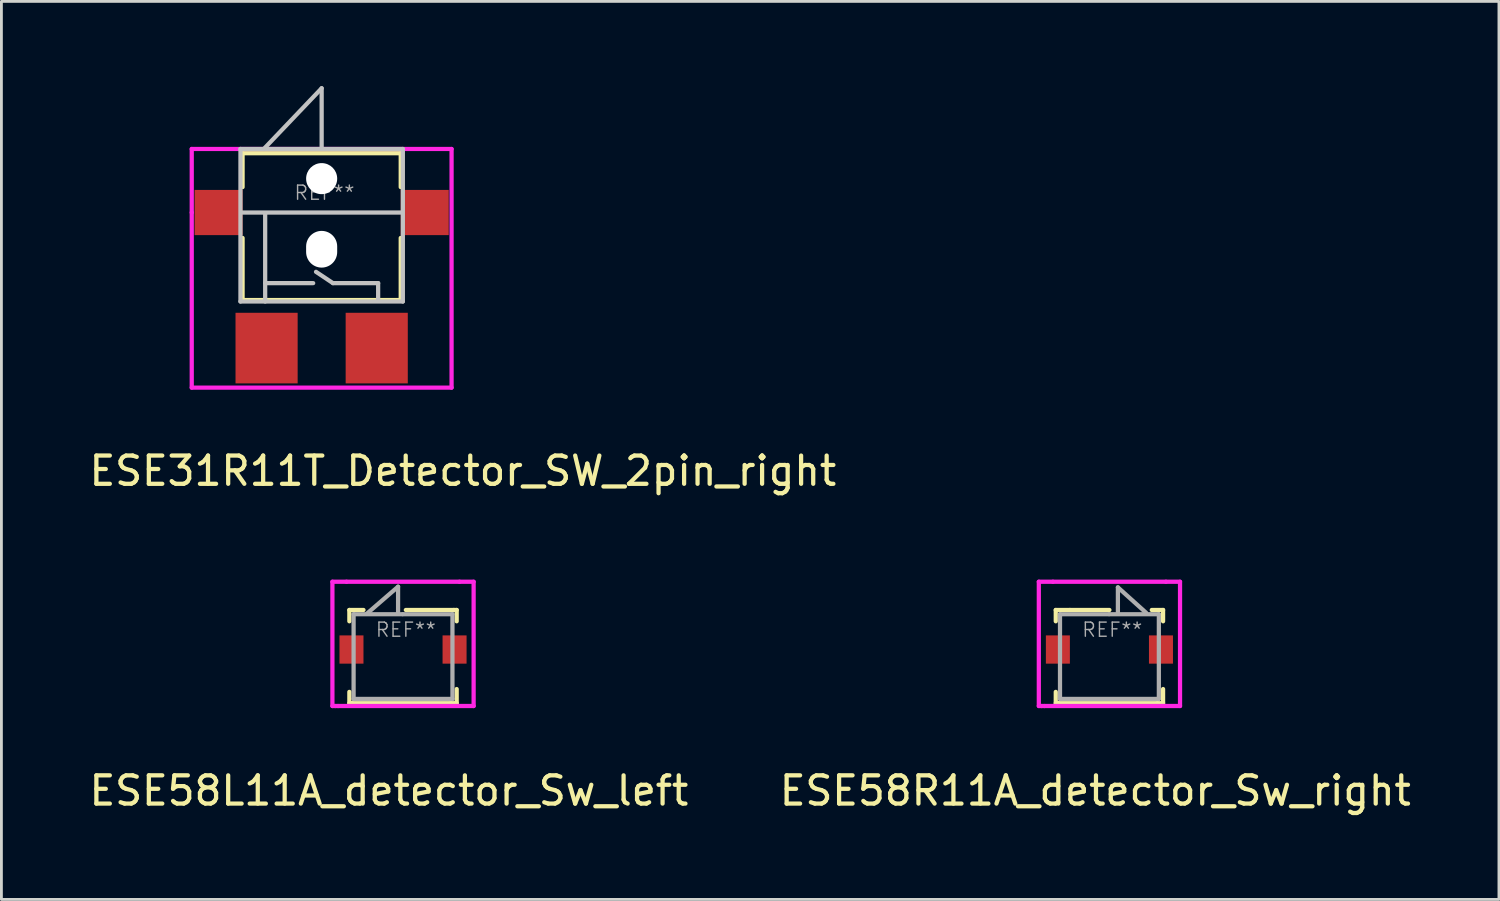
<source format=kicad_pcb>
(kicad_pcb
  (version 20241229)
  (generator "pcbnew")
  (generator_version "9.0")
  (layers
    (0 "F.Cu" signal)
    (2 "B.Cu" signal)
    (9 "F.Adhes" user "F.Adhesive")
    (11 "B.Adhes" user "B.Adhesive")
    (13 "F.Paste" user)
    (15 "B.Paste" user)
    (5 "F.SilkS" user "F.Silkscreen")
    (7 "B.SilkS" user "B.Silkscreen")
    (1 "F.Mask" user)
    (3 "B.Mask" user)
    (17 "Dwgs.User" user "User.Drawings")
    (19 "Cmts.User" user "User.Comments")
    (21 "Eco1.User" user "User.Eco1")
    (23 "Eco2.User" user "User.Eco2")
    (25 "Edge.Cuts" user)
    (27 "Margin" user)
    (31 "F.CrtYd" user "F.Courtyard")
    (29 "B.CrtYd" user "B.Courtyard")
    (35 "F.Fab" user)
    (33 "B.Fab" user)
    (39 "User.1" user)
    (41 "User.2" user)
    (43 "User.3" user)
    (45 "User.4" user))
  (footprint "ESE58L11A_detector_Sw_left"
    (layer "F.Cu")
    (at 11.22 19.948)
    (property "Reference" "ESE58L11A_detector_Sw_left" (at -0.5 5 0) (layer "F.SilkS") (effects (font (size 1 1) (thickness 0.15))))
    (attr smd)
    (fp_line (start -1.9 -1.4) (end -1.9 -1) (stroke (width 0.15) (type solid)) (layer "F.SilkS"))
    (fp_line (start -1.9 1.5) (end -1.9 1.9) (stroke (width 0.15) (type solid)) (layer "F.SilkS"))
    (fp_line (start -1.9 1.9) (end -1.8 1.9) (stroke (width 0.15) (type solid)) (layer "F.SilkS"))
    (fp_line (start -1.8 1.9) (end 1.7 1.9) (stroke (width 0.15) (type solid)) (layer "F.SilkS"))
    (fp_line (start -1.4 -1.4) (end -1.9 -1.4) (stroke (width 0.15) (type solid)) (layer "F.SilkS"))
    (fp_line (start 0.1 -1.4) (end 1.8 -1.4) (stroke (width 0.15) (type solid)) (layer "F.SilkS"))
    (fp_line (start 1.8 -1.4) (end 1.9 -1.4) (stroke (width 0.15) (type solid)) (layer "F.SilkS"))
    (fp_line (start 1.9 -1.4) (end 1.9 -1) (stroke (width 0.15) (type solid)) (layer "F.SilkS"))
    (fp_line (start 1.9 1.4) (end 1.9 1.9) (stroke (width 0.15) (type solid)) (layer "F.SilkS"))
    (fp_line (start 1.9 1.9) (end 1.7 1.9) (stroke (width 0.15) (type solid)) (layer "F.SilkS"))
    (fp_line (start -2.5 -2.4) (end -2 -2.4) (stroke (width 0.15) (type solid)) (layer "F.CrtYd"))
    (fp_line (start -2.5 2) (end -2.5 -2.4) (stroke (width 0.15) (type solid)) (layer "F.CrtYd"))
    (fp_line (start -2.4 2) (end -2.5 2) (stroke (width 0.15) (type solid)) (layer "F.CrtYd"))
    (fp_line (start -2.3 2) (end -2.4 2) (stroke (width 0.15) (type solid)) (layer "F.CrtYd"))
    (fp_line (start -2 -2.4) (end 2 -2.4) (stroke (width 0.15) (type solid)) (layer "F.CrtYd"))
    (fp_line (start 2 -2.4) (end 2.5 -2.4) (stroke (width 0.15) (type solid)) (layer "F.CrtYd"))
    (fp_line (start 2.5 -2.4) (end 2.5 2) (stroke (width 0.15) (type solid)) (layer "F.CrtYd"))
    (fp_line (start 2.5 2) (end -2.3 2) (stroke (width 0.15) (type solid)) (layer "F.CrtYd"))
    (fp_line (start -1.75 -1.25) (end -0.025 -1.25) (stroke (width 0.15) (type solid)) (layer "F.Fab"))
    (fp_line (start -1.75 1.75) (end -1.75 -1.25) (stroke (width 0.15) (type solid)) (layer "F.Fab"))
    (fp_line (start -1.275 -1.275) (end -0.175 -2.225) (stroke (width 0.15) (type solid)) (layer "F.Fab"))
    (fp_line (start -0.175 -2.225) (end -0.175 -1.3) (stroke (width 0.15) (type solid)) (layer "F.Fab"))
    (fp_line (start 0 -1.25) (end 1.75 -1.25) (stroke (width 0.15) (type solid)) (layer "F.Fab"))
    (fp_line (start 1.75 -1.25) (end 1.75 1.75) (stroke (width 0.15) (type solid)) (layer "F.Fab"))
    (fp_line (start 1.75 1.75) (end -1.75 1.75) (stroke (width 0.15) (type solid)) (layer "F.Fab"))
    (fp_text user "REF**" (at 0.1 -0.7 0) (layer "F.Fab") (effects (font (size 0.5 0.5) (thickness 0.05))))
    (pad "1" smd rect (at -1.825 0) (size 0.85 1) (layers "F.Cu" "F.Mask" "F.Paste"))
    (pad "2" smd rect (at 1.825 0) (size 0.85 1) (layers "F.Cu" "F.Mask" "F.Paste")))
  (footprint "ESE58R11A_detector_Sw_right"
    (layer "F.Cu")
    (at 36.232 19.948)
    (property "Reference" "ESE58R11A_detector_Sw_right" (at -0.5 5 0) (layer "F.SilkS") (effects (font (size 1 1) (thickness 0.15))))
    (attr smd)
    (fp_line (start -1.9 -1.4) (end -1.9 -1) (stroke (width 0.15) (type solid)) (layer "F.SilkS"))
    (fp_line (start -1.9 1.5) (end -1.9 1.9) (stroke (width 0.15) (type solid)) (layer "F.SilkS"))
    (fp_line (start -1.9 1.9) (end -1.8 1.9) (stroke (width 0.15) (type solid)) (layer "F.SilkS"))
    (fp_line (start -1.8 1.9) (end 1.7 1.9) (stroke (width 0.15) (type solid)) (layer "F.SilkS"))
    (fp_line (start -1.4 -1.4) (end -1.9 -1.4) (stroke (width 0.15) (type solid)) (layer "F.SilkS"))
    (fp_line (start -1.4 -1.4) (end 0 -1.4) (stroke (width 0.15) (type solid)) (layer "F.SilkS"))
    (fp_line (start 1.5 -1.4) (end 1.9 -1.4) (stroke (width 0.15) (type solid)) (layer "F.SilkS"))
    (fp_line (start 1.9 -1.4) (end 1.9 -1) (stroke (width 0.15) (type solid)) (layer "F.SilkS"))
    (fp_line (start 1.9 1.4) (end 1.9 1.9) (stroke (width 0.15) (type solid)) (layer "F.SilkS"))
    (fp_line (start 1.9 1.9) (end 1.7 1.9) (stroke (width 0.15) (type solid)) (layer "F.SilkS"))
    (fp_line (start -2.5 -2.4) (end -2 -2.4) (stroke (width 0.15) (type solid)) (layer "F.CrtYd"))
    (fp_line (start -2.5 2) (end -2.5 -2.4) (stroke (width 0.15) (type solid)) (layer "F.CrtYd"))
    (fp_line (start -2.4 2) (end -2.5 2) (stroke (width 0.15) (type solid)) (layer "F.CrtYd"))
    (fp_line (start -2.3 2) (end -2.4 2) (stroke (width 0.15) (type solid)) (layer "F.CrtYd"))
    (fp_line (start -2 -2.4) (end 2 -2.4) (stroke (width 0.15) (type solid)) (layer "F.CrtYd"))
    (fp_line (start 2 -2.4) (end 2.5 -2.4) (stroke (width 0.15) (type solid)) (layer "F.CrtYd"))
    (fp_line (start 2.5 -2.4) (end 2.5 2) (stroke (width 0.15) (type solid)) (layer "F.CrtYd"))
    (fp_line (start 2.5 2) (end -2.3 2) (stroke (width 0.15) (type solid)) (layer "F.CrtYd"))
    (fp_line (start -1.75 -1.25) (end -0.025 -1.25) (stroke (width 0.15) (type solid)) (layer "F.Fab"))
    (fp_line (start -1.75 1.75) (end -1.75 -1.25) (stroke (width 0.15) (type solid)) (layer "F.Fab"))
    (fp_line (start 0 -1.25) (end 1.75 -1.25) (stroke (width 0.15) (type solid)) (layer "F.Fab"))
    (fp_line (start 0.3 -2.2) (end 0.3 -1.3) (stroke (width 0.15) (type solid)) (layer "F.Fab"))
    (fp_line (start 1.3 -1.3) (end 0.3 -2.2) (stroke (width 0.15) (type solid)) (layer "F.Fab"))
    (fp_line (start 1.75 -1.25) (end 1.75 1.75) (stroke (width 0.15) (type solid)) (layer "F.Fab"))
    (fp_line (start 1.75 1.75) (end -1.75 1.75) (stroke (width 0.15) (type solid)) (layer "F.Fab"))
    (fp_text user "REF**" (at 0.1 -0.7 0) (layer "F.Fab") (effects (font (size 0.5 0.5) (thickness 0.05))))
    (pad "1" smd rect (at -1.825 0) (size 0.85 1) (layers "F.Cu" "F.Mask" "F.Paste"))
    (pad "2" smd rect (at 1.825 0) (size 0.85 1) (layers "F.Cu" "F.Mask" "F.Paste")))
  (footprint "ESE31R11T_Detector_SW_2pin_right"
    (layer "F.Cu")
    (at 8.339 4.475)
    (property "Reference" "ESE31R11T_Detector_SW_2pin_right" (at 5 9.15 0) (layer "F.SilkS") (effects (font (size 1 1) (thickness 0.15))))
    (attr smd)
    (fp_line (start -2.8 -2.1) (end 2.8 -2.1) (stroke (width 0.15) (type solid)) (layer "F.SilkS"))
    (fp_line (start -2.8 -0.9) (end -2.8 -2.1) (stroke (width 0.15) (type solid)) (layer "F.SilkS"))
    (fp_line (start -2.8 0.9) (end -2.8 3.1) (stroke (width 0.15) (type solid)) (layer "F.SilkS"))
    (fp_line (start -2.8 3.1) (end 2.8 3.1) (stroke (width 0.15) (type solid)) (layer "F.SilkS"))
    (fp_line (start 2.8 -0.9) (end 2.8 -2.1) (stroke (width 0.15) (type solid)) (layer "F.SilkS"))
    (fp_line (start 2.8 3.1) (end 2.8 0.9) (stroke (width 0.15) (type solid)) (layer "F.SilkS"))
    (fp_line (start -2.875 -2.25) (end 2.875 -2.25) (stroke (width 0.15) (type solid)) (layer "Dwgs.User"))
    (fp_line (start -2.875 3.15) (end -2.875 -2.25) (stroke (width 0.15) (type solid)) (layer "Dwgs.User"))
    (fp_line (start -2.8 0) (end 2.8 0) (stroke (width 0.15) (type solid)) (layer "Dwgs.User"))
    (fp_line (start -2 2.5) (end -0.3 2.5) (stroke (width 0.15) (type solid)) (layer "Dwgs.User"))
    (fp_line (start -2 3.15) (end -2 0.05) (stroke (width 0.15) (type solid)) (layer "Dwgs.User"))
    (fp_line (start -0.2 2.1) (end 0.4 2.5) (stroke (width 0.15) (type solid)) (layer "Dwgs.User"))
    (fp_line (start 0 -4.4) (end -2.05 -2.25) (stroke (width 0.15) (type solid)) (layer "Dwgs.User"))
    (fp_line (start 0 -4.4) (end 0 -2.3) (stroke (width 0.15) (type solid)) (layer "Dwgs.User"))
    (fp_line (start 0.4 2.5) (end 2 2.5) (stroke (width 0.15) (type solid)) (layer "Dwgs.User"))
    (fp_line (start 2 3.1) (end 2 2.5) (stroke (width 0.15) (type solid)) (layer "Dwgs.User"))
    (fp_line (start 2.875 -2.25) (end 2.875 3.15) (stroke (width 0.15) (type solid)) (layer "Dwgs.User"))
    (fp_line (start 2.875 3.15) (end -2.875 3.15) (stroke (width 0.15) (type solid)) (layer "Dwgs.User"))
    (fp_line (start -4.6 -2.25) (end -4.6 0) (stroke (width 0.15) (type solid)) (layer "F.CrtYd"))
    (fp_line (start -4.6 0) (end -4.6 6.2) (stroke (width 0.15) (type solid)) (layer "F.CrtYd"))
    (fp_line (start -4.6 6.2) (end 4.6 6.2) (stroke (width 0.15) (type solid)) (layer "F.CrtYd"))
    (fp_line (start 4.6 -2.25) (end -4.6 -2.25) (stroke (width 0.15) (type solid)) (layer "F.CrtYd"))
    (fp_line (start 4.6 6.2) (end 4.6 -2.25) (stroke (width 0.15) (type solid)) (layer "F.CrtYd"))
    (fp_text user "REF**" (at 0.1 -0.7 0) (layer "F.Fab") (effects (font (size 0.5 0.5) (thickness 0.05))))
    (pad "" np_thru_hole circle (at 0 -1.2) (size 1.1 1.1) (drill 1.1) (layers "*.Cu" "*.Mask"))
    (pad "" np_thru_hole oval (at 0 1.3) (size 1.1 1.3) (drill oval 1.1 1.3) (layers "*.Cu" "*.Mask"))
    (pad "1" smd rect (at 1.95 4.8) (size 2.2 2.5) (layers "F.Cu" "F.Mask" "F.Paste"))
    (pad "2" smd rect (at -3.65 0) (size 1.7 1.6) (layers "F.Cu" "F.Mask" "F.Paste"))
    (pad "2" smd rect (at -1.95 4.8) (size 2.2 2.5) (layers "F.Cu" "F.Mask" "F.Paste"))
    (pad "2" smd rect (at 3.65 0) (size 1.7 1.6) (layers "F.Cu" "F.Mask" "F.Paste")))
  (gr_rect
    (start -3 -3)
    (end 50.024 28.797)
    (stroke (width 0.1) (type default))
    (fill no)
    (layer "Edge.Cuts")))
</source>
